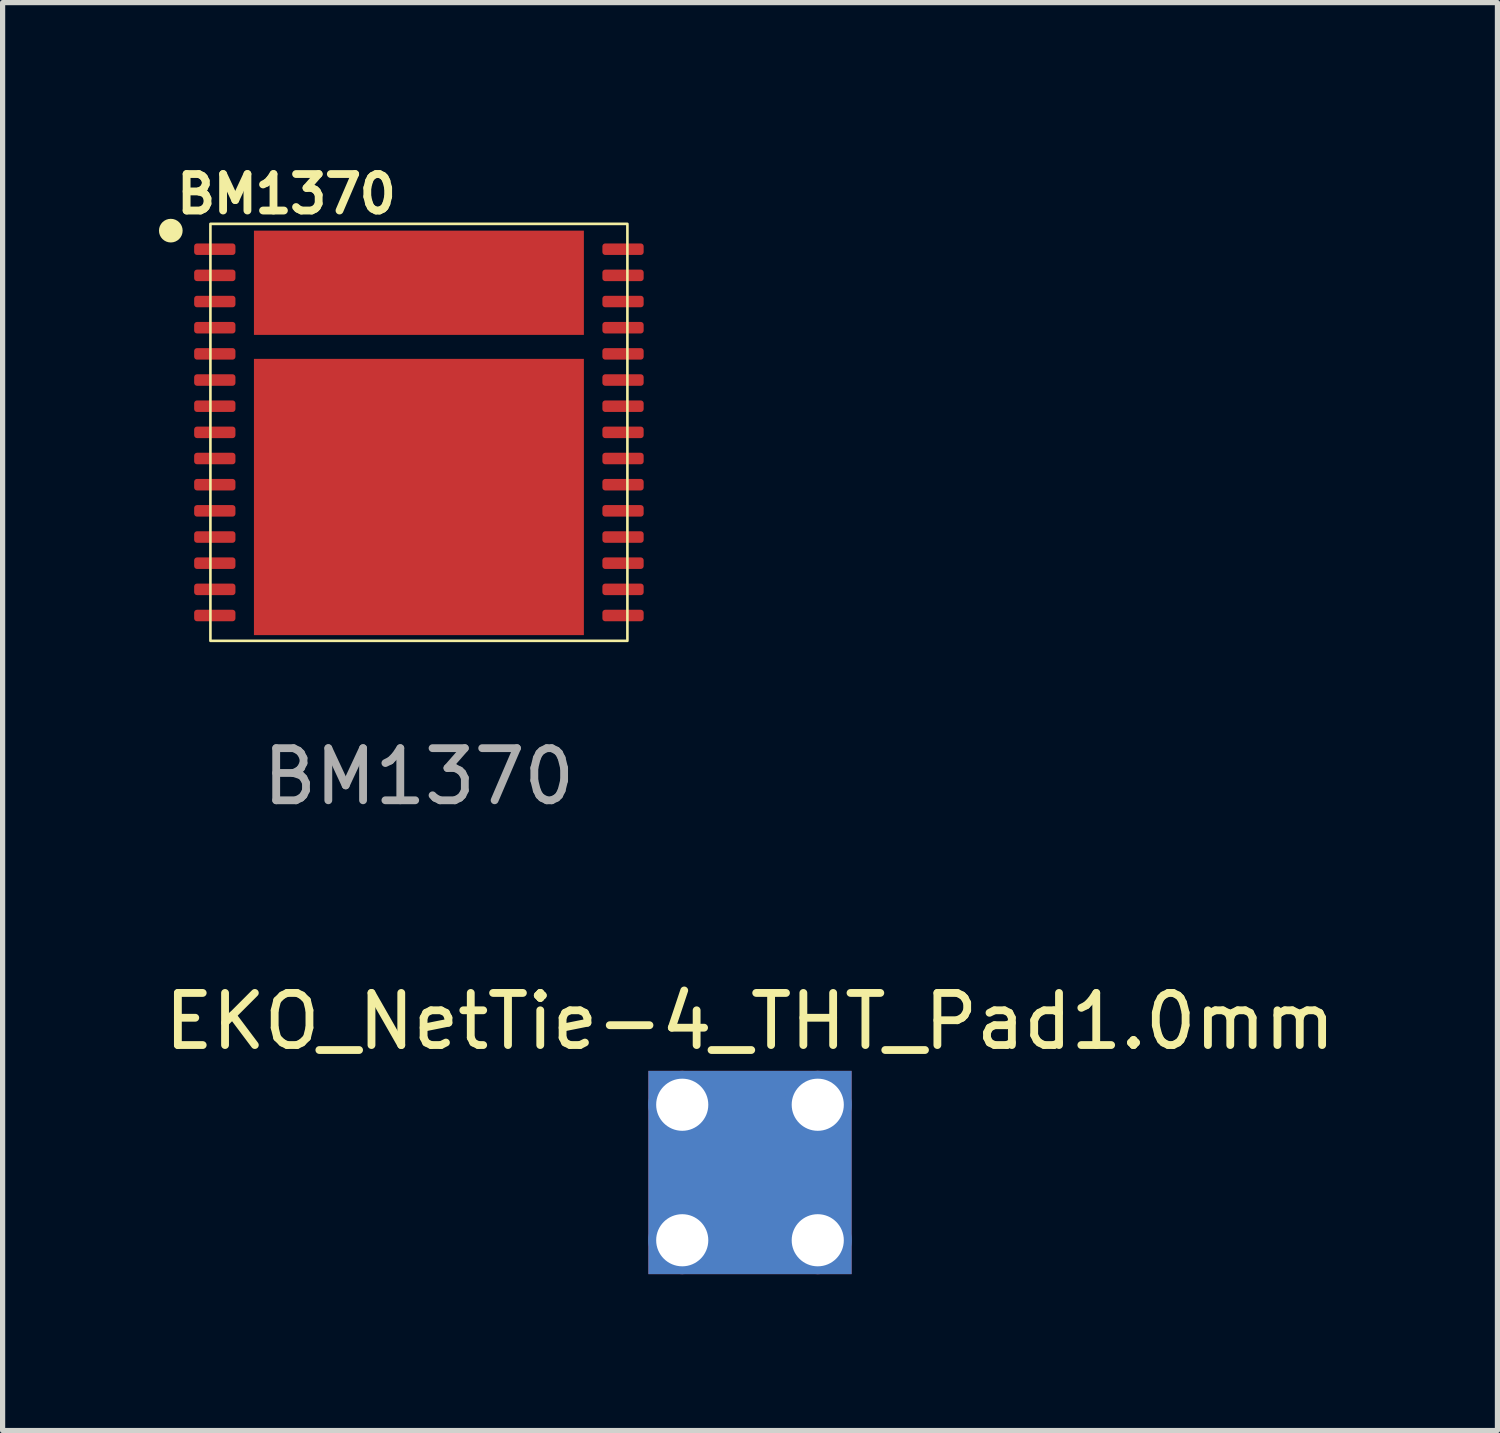
<source format=kicad_pcb>
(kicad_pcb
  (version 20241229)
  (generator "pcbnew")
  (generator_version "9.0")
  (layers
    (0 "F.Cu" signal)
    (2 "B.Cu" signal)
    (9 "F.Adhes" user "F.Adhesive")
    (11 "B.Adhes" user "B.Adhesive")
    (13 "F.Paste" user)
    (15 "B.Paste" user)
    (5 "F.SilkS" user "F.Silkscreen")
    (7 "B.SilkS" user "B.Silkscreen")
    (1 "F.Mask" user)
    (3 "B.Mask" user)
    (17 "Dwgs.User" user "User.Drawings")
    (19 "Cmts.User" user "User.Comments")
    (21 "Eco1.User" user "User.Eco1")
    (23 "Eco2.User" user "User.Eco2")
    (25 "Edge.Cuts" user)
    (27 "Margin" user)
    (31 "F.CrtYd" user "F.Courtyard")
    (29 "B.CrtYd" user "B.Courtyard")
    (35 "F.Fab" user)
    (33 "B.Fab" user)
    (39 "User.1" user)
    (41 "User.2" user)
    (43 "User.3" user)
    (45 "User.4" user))
  (footprint "BM1370"
    (layer "F.Cu")
    (at 4.987 5.245)
    (property "Reference" "BM1370" (at -2.54 -4.572 0) (unlocked yes) (layer "F.SilkS") (effects (font (size 0.7 0.7) (thickness 0.15))))
    (attr smd)
    (fp_rect (start -1.33 1.95) (end -3.11 0.51) (stroke (width 0.12) (type solid)) (fill yes) (layer "F.Mask"))
    (fp_rect (start -1.32 -1.92) (end -3.1 -3.8) (stroke (width 0.12) (type solid)) (fill yes) (layer "F.Mask"))
    (fp_rect (start -1.32 0.11) (end -3.1 -1.33) (stroke (width 0.12) (type solid)) (fill yes) (layer "F.Mask"))
    (fp_rect (start -1.32 3.82) (end -3.1 2.38) (stroke (width 0.12) (type solid)) (fill yes) (layer "F.Mask"))
    (fp_rect (start 0.88 -1.94) (end -0.9 -3.81) (stroke (width 0.12) (type solid)) (fill yes) (layer "F.Mask"))
    (fp_rect (start 0.88 1.94) (end -0.9 0.5) (stroke (width 0.12) (type solid)) (fill yes) (layer "F.Mask"))
    (fp_rect (start 0.89 0.1) (end -0.89 -1.34) (stroke (width 0.12) (type solid)) (fill yes) (layer "F.Mask"))
    (fp_rect (start 0.89 3.81) (end -0.89 2.37) (stroke (width 0.12) (type solid)) (fill yes) (layer "F.Mask"))
    (fp_rect (start 3.09 -1.95) (end 1.31 -3.82) (stroke (width 0.12) (type solid)) (fill yes) (layer "F.Mask"))
    (fp_rect (start 3.09 1.94) (end 1.31 0.5) (stroke (width 0.12) (type solid)) (fill yes) (layer "F.Mask"))
    (fp_rect (start 3.1 0.1) (end 1.32 -1.34) (stroke (width 0.12) (type solid)) (fill yes) (layer "F.Mask"))
    (fp_rect (start 3.1 3.81) (end 1.32 2.37) (stroke (width 0.12) (type solid)) (fill yes) (layer "F.Mask"))
    (fp_rect (start 4 4) (end -4 -4) (stroke (width 0.05) (type default)) (fill no) (layer "F.SilkS"))
    (fp_circle (center -4.76 -3.87) (end -4.558 -3.87) (stroke (width 0.05) (type solid)) (fill yes) (layer "F.SilkS"))
    (fp_rect (start -1.58 -0.135) (end -2.78 -1.085) (stroke (width 0.001) (type solid)) (fill yes) (layer "F.Paste"))
    (fp_rect (start -1.57 1.695) (end -2.77 0.745) (stroke (width 0.001) (type solid)) (fill yes) (layer "F.Paste"))
    (fp_rect (start -1.56 3.555) (end -2.76 2.605) (stroke (width 0.001) (type solid)) (fill yes) (layer "F.Paste"))
    (fp_rect (start -1.54 -2.34) (end -2.74 -3.46) (stroke (width 0.001) (type solid)) (fill yes) (layer "F.Paste"))
    (fp_rect (start 0.6 -2.35) (end -0.6 -3.46) (stroke (width 0.001) (type solid)) (fill yes) (layer "F.Paste"))
    (fp_rect (start 0.63 -0.125) (end -0.57 -1.075) (stroke (width 0.001) (type solid)) (fill yes) (layer "F.Paste"))
    (fp_rect (start 0.64 1.705) (end -0.56 0.755) (stroke (width 0.001) (type solid)) (fill yes) (layer "F.Paste"))
    (fp_rect (start 0.65 3.565) (end -0.55 2.615) (stroke (width 0.001) (type solid)) (fill yes) (layer "F.Paste"))
    (fp_rect (start 2.78 -2.37) (end 1.58 -3.48) (stroke (width 0.001) (type solid)) (fill yes) (layer "F.Paste"))
    (fp_rect (start 2.78 -0.125) (end 1.58 -1.075) (stroke (width 0.001) (type solid)) (fill yes) (layer "F.Paste"))
    (fp_rect (start 2.79 1.705) (end 1.59 0.755) (stroke (width 0.001) (type solid)) (fill yes) (layer "F.Paste"))
    (fp_rect (start 2.8 3.565) (end 1.6 2.615) (stroke (width 0.001) (type solid)) (fill yes) (layer "F.Paste"))
    (fp_text user "${REFERENCE}" (at 0 6.604 0) (unlocked yes) (layer "F.Fab") (effects (font (size 1 1) (thickness 0.15))))
    (pad "1" smd roundrect (at -3.916 -3.514) (size 0.792 0.221) (layers "F.Cu" "F.Mask" "F.Paste") (roundrect_rratio 0.25))
    (pad "2" smd roundrect (at -3.916 -3.012) (size 0.792 0.221) (layers "F.Cu" "F.Mask" "F.Paste") (roundrect_rratio 0.25))
    (pad "3" smd roundrect (at -3.916 -2.51) (size 0.792 0.221) (layers "F.Cu" "F.Mask" "F.Paste") (roundrect_rratio 0.25))
    (pad "4" smd roundrect (at -3.916 -2.008) (size 0.792 0.221) (layers "F.Cu" "F.Mask" "F.Paste") (roundrect_rratio 0.25))
    (pad "5" smd roundrect (at -3.916 -1.506) (size 0.792 0.221) (layers "F.Cu" "F.Mask" "F.Paste") (roundrect_rratio 0.25))
    (pad "6" smd roundrect (at -3.916 -1.004) (size 0.792 0.221) (layers "F.Cu" "F.Mask" "F.Paste") (roundrect_rratio 0.25))
    (pad "7" smd roundrect (at -3.916 -0.502) (size 0.792 0.221) (layers "F.Cu" "F.Mask" "F.Paste") (roundrect_rratio 0.25))
    (pad "8" smd roundrect (at -3.916 0) (size 0.792 0.221) (layers "F.Cu" "F.Mask" "F.Paste") (roundrect_rratio 0.25))
    (pad "9" smd roundrect (at -3.916 0.502) (size 0.792 0.221) (layers "F.Cu" "F.Mask" "F.Paste") (roundrect_rratio 0.25))
    (pad "10" smd roundrect (at -3.916 1.004) (size 0.792 0.221) (layers "F.Cu" "F.Mask" "F.Paste") (roundrect_rratio 0.25))
    (pad "11" smd roundrect (at -3.916 1.506) (size 0.792 0.221) (layers "F.Cu" "F.Mask" "F.Paste") (roundrect_rratio 0.25))
    (pad "12" smd roundrect (at -3.916 2.008) (size 0.792 0.221) (layers "F.Cu" "F.Mask" "F.Paste") (roundrect_rratio 0.25))
    (pad "13" smd roundrect (at -3.916 2.51) (size 0.792 0.221) (layers "F.Cu" "F.Mask" "F.Paste") (roundrect_rratio 0.25))
    (pad "14" smd roundrect (at -3.916 3.012) (size 0.792 0.221) (layers "F.Cu" "F.Mask" "F.Paste") (roundrect_rratio 0.25))
    (pad "15" smd roundrect (at -3.916 3.514) (size 0.792 0.221) (layers "F.Cu" "F.Mask" "F.Paste") (roundrect_rratio 0.25))
    (pad "16" smd roundrect (at 3.916 3.514) (size 0.792 0.221) (layers "F.Cu" "F.Mask" "F.Paste") (roundrect_rratio 0.25))
    (pad "17" smd roundrect (at 3.916 3.012) (size 0.792 0.221) (layers "F.Cu" "F.Mask" "F.Paste") (roundrect_rratio 0.25))
    (pad "18" smd roundrect (at 3.916 2.51) (size 0.792 0.221) (layers "F.Cu" "F.Mask" "F.Paste") (roundrect_rratio 0.25))
    (pad "19" smd roundrect (at 3.916 2.008) (size 0.792 0.221) (layers "F.Cu" "F.Mask" "F.Paste") (roundrect_rratio 0.25))
    (pad "20" smd roundrect (at 3.916 1.506) (size 0.792 0.221) (layers "F.Cu" "F.Mask" "F.Paste") (roundrect_rratio 0.25))
    (pad "21" smd roundrect (at 3.916 1.004) (size 0.792 0.221) (layers "F.Cu" "F.Mask" "F.Paste") (roundrect_rratio 0.25))
    (pad "22" smd roundrect (at 3.916 0.502) (size 0.792 0.221) (layers "F.Cu" "F.Mask" "F.Paste") (roundrect_rratio 0.25))
    (pad "23" smd roundrect (at 3.916 0) (size 0.792 0.221) (layers "F.Cu" "F.Mask" "F.Paste") (roundrect_rratio 0.25))
    (pad "24" smd roundrect (at 3.916 -0.502) (size 0.792 0.221) (layers "F.Cu" "F.Mask" "F.Paste") (roundrect_rratio 0.25))
    (pad "25" smd roundrect (at 3.916 -1.004) (size 0.792 0.221) (layers "F.Cu" "F.Mask" "F.Paste") (roundrect_rratio 0.25))
    (pad "26" smd roundrect (at 3.916 -1.506) (size 0.792 0.221) (layers "F.Cu" "F.Mask" "F.Paste") (roundrect_rratio 0.25))
    (pad "27" smd roundrect (at 3.916 -2.008) (size 0.792 0.221) (layers "F.Cu" "F.Mask" "F.Paste") (roundrect_rratio 0.25))
    (pad "28" smd roundrect (at 3.916 -2.51) (size 0.792 0.221) (layers "F.Cu" "F.Mask" "F.Paste") (roundrect_rratio 0.25))
    (pad "29" smd roundrect (at 3.916 -3.012) (size 0.792 0.221) (layers "F.Cu" "F.Mask" "F.Paste") (roundrect_rratio 0.25))
    (pad "30" smd roundrect (at 3.916 -3.514) (size 0.792 0.221) (layers "F.Cu" "F.Mask" "F.Paste") (roundrect_rratio 0.25))
    (pad "31" smd rect (at 0 -2.87) (size 6.33 2) (layers "F.Cu"))
    (pad "32" smd rect (at 0 1.24) (size 6.33 5.3) (layers "F.Cu")))
  (footprint "EKO_NetTie-4_THT_Pad1.0mm"
    (layer "F.Cu")
    (at 10.039 18.145)
    (property "Reference" "EKO_NetTie-4_THT_Pad1.0mm" (at 1.3 -1.6 0) (layer "F.SilkS") (effects (font (size 1 1) (thickness 0.15))))
    (attr exclude_from_pos_files exclude_from_bom allow_missing_courtyard)
    (fp_poly (pts (xy -0.65 -0.65) (xy 3.25 -0.65) (xy 3.25 3.25) (xy -0.65 3.25)) (stroke (width 0) (type solid)) (fill yes) (layer "F.Cu"))
    (fp_poly (pts (xy -0.65 -0.65) (xy 3.25 -0.65) (xy 3.25 3.25) (xy -0.65 3.25)) (stroke (width 0) (type solid)) (fill yes) (layer "B.Cu"))
    (pad "1" thru_hole circle (at 0 0) (size 1.3 1.3) (drill 1) (layers "*.Cu"))
    (pad "2" thru_hole circle (at 2.6 0) (size 1.3 1.3) (drill 1) (layers "*.Cu"))
    (pad "3" thru_hole circle (at 0 2.6) (size 1.3 1.3) (drill 1) (layers "*.Cu"))
    (pad "4" thru_hole circle (at 2.6 2.6) (size 1.3 1.3) (drill 1) (layers "*.Cu")))
  (gr_rect
    (start -3 -3)
    (end 25.679 24.395)
    (stroke (width 0.1) (type default))
    (fill no)
    (layer "Edge.Cuts")))
</source>
